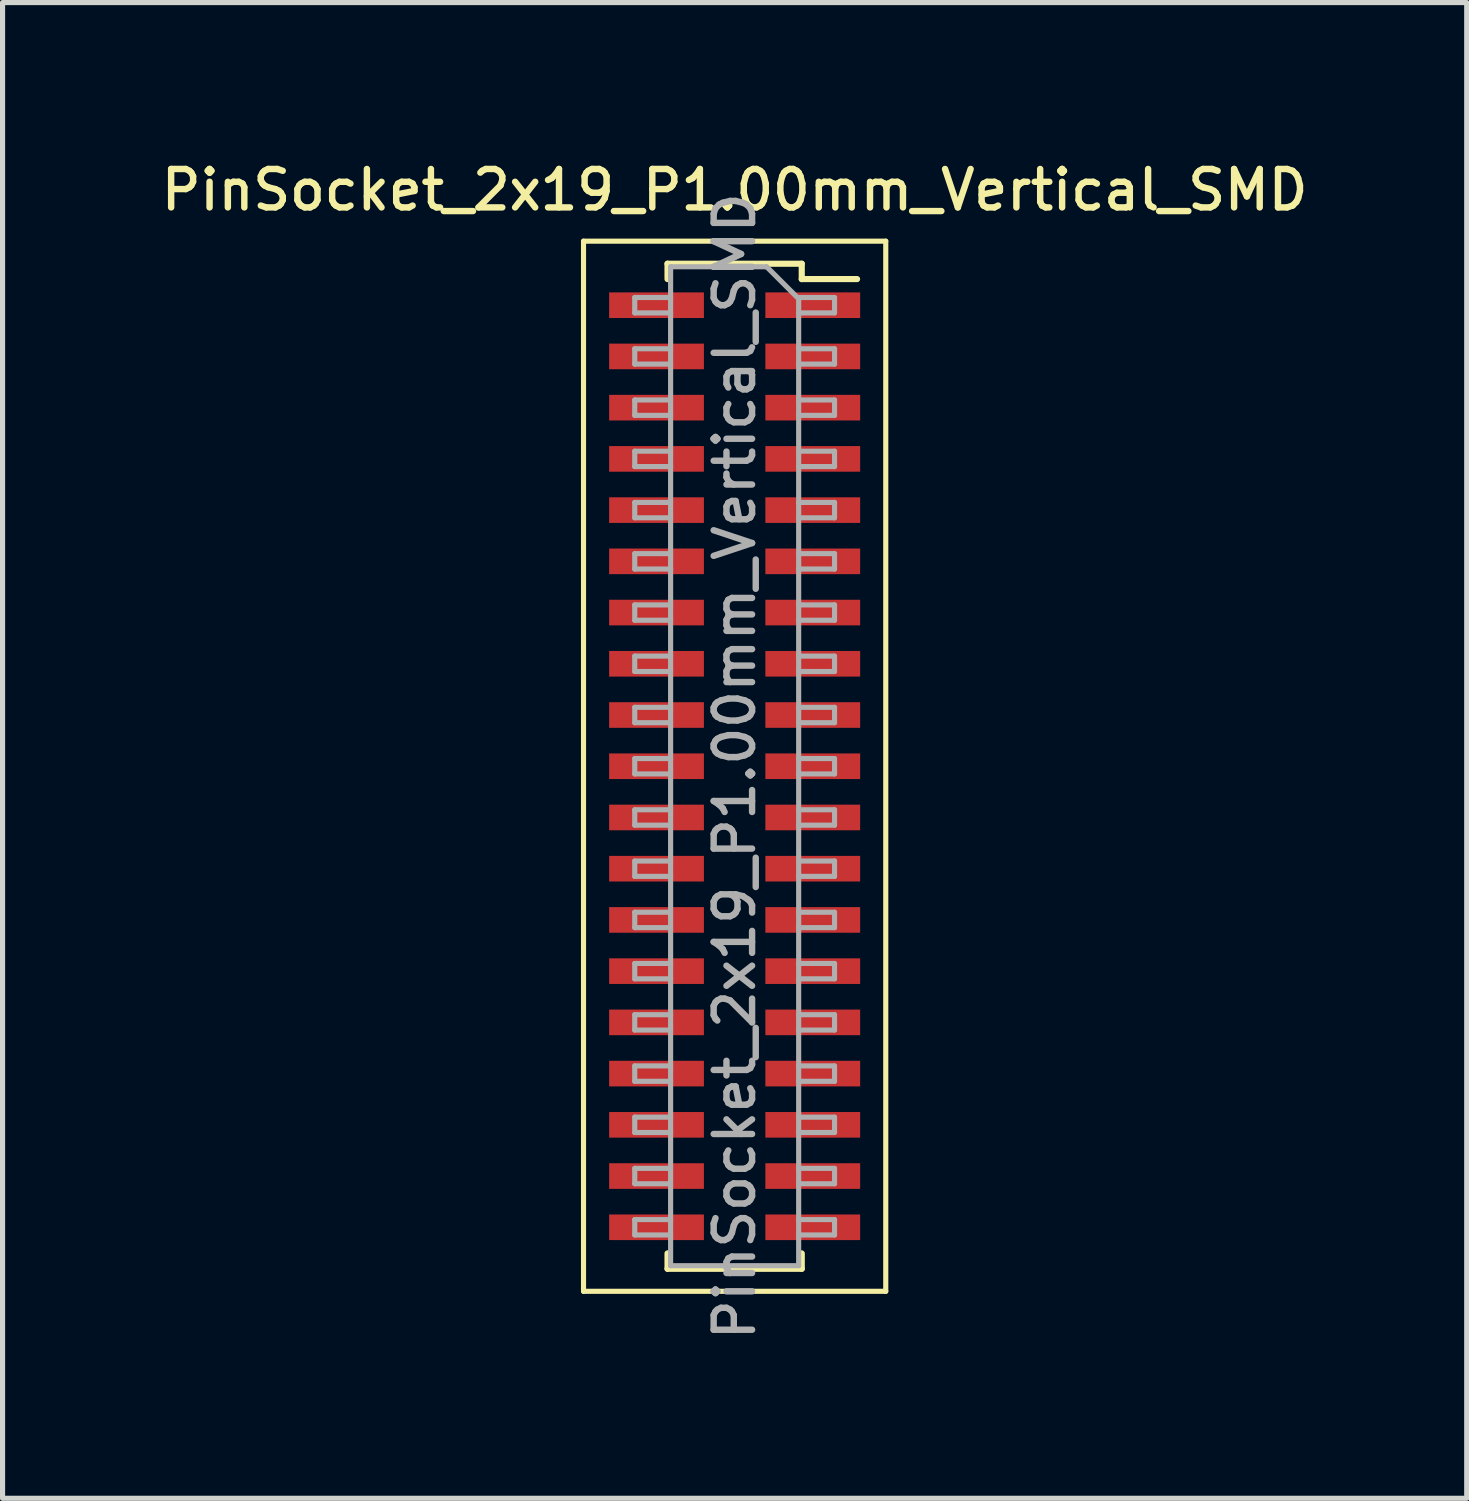
<source format=kicad_pcb>
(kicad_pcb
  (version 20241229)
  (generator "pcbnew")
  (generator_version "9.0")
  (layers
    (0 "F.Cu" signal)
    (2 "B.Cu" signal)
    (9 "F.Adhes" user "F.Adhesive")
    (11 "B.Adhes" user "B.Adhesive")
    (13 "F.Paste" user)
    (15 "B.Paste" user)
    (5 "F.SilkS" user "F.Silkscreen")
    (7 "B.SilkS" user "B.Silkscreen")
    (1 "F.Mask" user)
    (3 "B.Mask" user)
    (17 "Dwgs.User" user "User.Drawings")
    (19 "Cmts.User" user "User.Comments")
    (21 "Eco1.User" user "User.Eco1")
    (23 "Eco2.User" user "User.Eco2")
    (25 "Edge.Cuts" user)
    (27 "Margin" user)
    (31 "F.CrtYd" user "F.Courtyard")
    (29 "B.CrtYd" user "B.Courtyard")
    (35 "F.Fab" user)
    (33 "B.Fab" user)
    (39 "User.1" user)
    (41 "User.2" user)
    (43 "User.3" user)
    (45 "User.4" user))
  (footprint "PinSocket_2x19_P1.00mm_Vertical_SMD"
    (layer "F.Cu")
    (at 11.291 11.908)
    (property "Reference" "PinSocket_2x19_P1.00mm_Vertical_SMD" (at 0 -11.25 0) (layer "F.SilkS") (effects (font (size 0.75 0.75) (thickness 0.125))))
    (attr smd)
    (fp_line (start -2.95 -10.25) (end 2.95 -10.25) (stroke (width 0.1) (type solid)) (layer "F.SilkS"))
    (fp_line (start -2.95 10.25) (end -2.95 -10.25) (stroke (width 0.1) (type solid)) (layer "F.SilkS"))
    (fp_line (start -1.31 -9.81) (end -1.31 -9.51) (stroke (width 0.12) (type solid)) (layer "F.SilkS"))
    (fp_line (start -1.31 -9.81) (end 1.31 -9.81) (stroke (width 0.12) (type solid)) (layer "F.SilkS"))
    (fp_line (start -1.31 9.51) (end -1.31 9.81) (stroke (width 0.12) (type solid)) (layer "F.SilkS"))
    (fp_line (start -1.31 9.81) (end 1.31 9.81) (stroke (width 0.12) (type solid)) (layer "F.SilkS"))
    (fp_line (start 1.31 -9.81) (end 1.31 -9.51) (stroke (width 0.12) (type solid)) (layer "F.SilkS"))
    (fp_line (start 1.31 -9.51) (end 2.39 -9.51) (stroke (width 0.12) (type solid)) (layer "F.SilkS"))
    (fp_line (start 1.31 9.51) (end 1.31 9.81) (stroke (width 0.12) (type solid)) (layer "F.SilkS"))
    (fp_line (start 2.95 -10.25) (end 2.95 10.25) (stroke (width 0.1) (type solid)) (layer "F.SilkS"))
    (fp_line (start 2.95 10.25) (end -2.95 10.25) (stroke (width 0.1) (type solid)) (layer "F.SilkS"))
    (fp_line (start -1.95 -9.15) (end -1.25 -9.15) (stroke (width 0.1) (type solid)) (layer "F.Fab"))
    (fp_line (start -1.95 -8.85) (end -1.95 -9.15) (stroke (width 0.1) (type solid)) (layer "F.Fab"))
    (fp_line (start -1.95 -8.15) (end -1.25 -8.15) (stroke (width 0.1) (type solid)) (layer "F.Fab"))
    (fp_line (start -1.95 -7.85) (end -1.95 -8.15) (stroke (width 0.1) (type solid)) (layer "F.Fab"))
    (fp_line (start -1.95 -7.15) (end -1.25 -7.15) (stroke (width 0.1) (type solid)) (layer "F.Fab"))
    (fp_line (start -1.95 -6.85) (end -1.95 -7.15) (stroke (width 0.1) (type solid)) (layer "F.Fab"))
    (fp_line (start -1.95 -6.15) (end -1.25 -6.15) (stroke (width 0.1) (type solid)) (layer "F.Fab"))
    (fp_line (start -1.95 -5.85) (end -1.95 -6.15) (stroke (width 0.1) (type solid)) (layer "F.Fab"))
    (fp_line (start -1.95 -5.15) (end -1.25 -5.15) (stroke (width 0.1) (type solid)) (layer "F.Fab"))
    (fp_line (start -1.95 -4.85) (end -1.95 -5.15) (stroke (width 0.1) (type solid)) (layer "F.Fab"))
    (fp_line (start -1.95 -4.15) (end -1.25 -4.15) (stroke (width 0.1) (type solid)) (layer "F.Fab"))
    (fp_line (start -1.95 -3.85) (end -1.95 -4.15) (stroke (width 0.1) (type solid)) (layer "F.Fab"))
    (fp_line (start -1.95 -3.15) (end -1.25 -3.15) (stroke (width 0.1) (type solid)) (layer "F.Fab"))
    (fp_line (start -1.95 -2.85) (end -1.95 -3.15) (stroke (width 0.1) (type solid)) (layer "F.Fab"))
    (fp_line (start -1.95 -2.15) (end -1.25 -2.15) (stroke (width 0.1) (type solid)) (layer "F.Fab"))
    (fp_line (start -1.95 -1.85) (end -1.95 -2.15) (stroke (width 0.1) (type solid)) (layer "F.Fab"))
    (fp_line (start -1.95 -1.15) (end -1.25 -1.15) (stroke (width 0.1) (type solid)) (layer "F.Fab"))
    (fp_line (start -1.95 -0.85) (end -1.95 -1.15) (stroke (width 0.1) (type solid)) (layer "F.Fab"))
    (fp_line (start -1.95 -0.15) (end -1.25 -0.15) (stroke (width 0.1) (type solid)) (layer "F.Fab"))
    (fp_line (start -1.95 0.15) (end -1.95 -0.15) (stroke (width 0.1) (type solid)) (layer "F.Fab"))
    (fp_line (start -1.95 0.85) (end -1.25 0.85) (stroke (width 0.1) (type solid)) (layer "F.Fab"))
    (fp_line (start -1.95 1.15) (end -1.95 0.85) (stroke (width 0.1) (type solid)) (layer "F.Fab"))
    (fp_line (start -1.95 1.85) (end -1.25 1.85) (stroke (width 0.1) (type solid)) (layer "F.Fab"))
    (fp_line (start -1.95 2.15) (end -1.95 1.85) (stroke (width 0.1) (type solid)) (layer "F.Fab"))
    (fp_line (start -1.95 2.85) (end -1.25 2.85) (stroke (width 0.1) (type solid)) (layer "F.Fab"))
    (fp_line (start -1.95 3.15) (end -1.95 2.85) (stroke (width 0.1) (type solid)) (layer "F.Fab"))
    (fp_line (start -1.95 3.85) (end -1.25 3.85) (stroke (width 0.1) (type solid)) (layer "F.Fab"))
    (fp_line (start -1.95 4.15) (end -1.95 3.85) (stroke (width 0.1) (type solid)) (layer "F.Fab"))
    (fp_line (start -1.95 4.85) (end -1.25 4.85) (stroke (width 0.1) (type solid)) (layer "F.Fab"))
    (fp_line (start -1.95 5.15) (end -1.95 4.85) (stroke (width 0.1) (type solid)) (layer "F.Fab"))
    (fp_line (start -1.95 5.85) (end -1.25 5.85) (stroke (width 0.1) (type solid)) (layer "F.Fab"))
    (fp_line (start -1.95 6.15) (end -1.95 5.85) (stroke (width 0.1) (type solid)) (layer "F.Fab"))
    (fp_line (start -1.95 6.85) (end -1.25 6.85) (stroke (width 0.1) (type solid)) (layer "F.Fab"))
    (fp_line (start -1.95 7.15) (end -1.95 6.85) (stroke (width 0.1) (type solid)) (layer "F.Fab"))
    (fp_line (start -1.95 7.85) (end -1.25 7.85) (stroke (width 0.1) (type solid)) (layer "F.Fab"))
    (fp_line (start -1.95 8.15) (end -1.95 7.85) (stroke (width 0.1) (type solid)) (layer "F.Fab"))
    (fp_line (start -1.95 8.85) (end -1.25 8.85) (stroke (width 0.1) (type solid)) (layer "F.Fab"))
    (fp_line (start -1.95 9.15) (end -1.95 8.85) (stroke (width 0.1) (type solid)) (layer "F.Fab"))
    (fp_line (start -1.25 -9.75) (end 0.625 -9.75) (stroke (width 0.1) (type solid)) (layer "F.Fab"))
    (fp_line (start -1.25 -8.85) (end -1.95 -8.85) (stroke (width 0.1) (type solid)) (layer "F.Fab"))
    (fp_line (start -1.25 -7.85) (end -1.95 -7.85) (stroke (width 0.1) (type solid)) (layer "F.Fab"))
    (fp_line (start -1.25 -6.85) (end -1.95 -6.85) (stroke (width 0.1) (type solid)) (layer "F.Fab"))
    (fp_line (start -1.25 -5.85) (end -1.95 -5.85) (stroke (width 0.1) (type solid)) (layer "F.Fab"))
    (fp_line (start -1.25 -4.85) (end -1.95 -4.85) (stroke (width 0.1) (type solid)) (layer "F.Fab"))
    (fp_line (start -1.25 -3.85) (end -1.95 -3.85) (stroke (width 0.1) (type solid)) (layer "F.Fab"))
    (fp_line (start -1.25 -2.85) (end -1.95 -2.85) (stroke (width 0.1) (type solid)) (layer "F.Fab"))
    (fp_line (start -1.25 -1.85) (end -1.95 -1.85) (stroke (width 0.1) (type solid)) (layer "F.Fab"))
    (fp_line (start -1.25 -0.85) (end -1.95 -0.85) (stroke (width 0.1) (type solid)) (layer "F.Fab"))
    (fp_line (start -1.25 0.15) (end -1.95 0.15) (stroke (width 0.1) (type solid)) (layer "F.Fab"))
    (fp_line (start -1.25 1.15) (end -1.95 1.15) (stroke (width 0.1) (type solid)) (layer "F.Fab"))
    (fp_line (start -1.25 2.15) (end -1.95 2.15) (stroke (width 0.1) (type solid)) (layer "F.Fab"))
    (fp_line (start -1.25 3.15) (end -1.95 3.15) (stroke (width 0.1) (type solid)) (layer "F.Fab"))
    (fp_line (start -1.25 4.15) (end -1.95 4.15) (stroke (width 0.1) (type solid)) (layer "F.Fab"))
    (fp_line (start -1.25 5.15) (end -1.95 5.15) (stroke (width 0.1) (type solid)) (layer "F.Fab"))
    (fp_line (start -1.25 6.15) (end -1.95 6.15) (stroke (width 0.1) (type solid)) (layer "F.Fab"))
    (fp_line (start -1.25 7.15) (end -1.95 7.15) (stroke (width 0.1) (type solid)) (layer "F.Fab"))
    (fp_line (start -1.25 8.15) (end -1.95 8.15) (stroke (width 0.1) (type solid)) (layer "F.Fab"))
    (fp_line (start -1.25 9.15) (end -1.95 9.15) (stroke (width 0.1) (type solid)) (layer "F.Fab"))
    (fp_line (start -1.25 9.75) (end -1.25 -9.75) (stroke (width 0.1) (type solid)) (layer "F.Fab"))
    (fp_line (start 0.625 -9.75) (end 1.25 -9.125) (stroke (width 0.1) (type solid)) (layer "F.Fab"))
    (fp_line (start 1.25 -9.15) (end 1.95 -9.15) (stroke (width 0.1) (type solid)) (layer "F.Fab"))
    (fp_line (start 1.25 -9.125) (end 1.25 9.75) (stroke (width 0.1) (type solid)) (layer "F.Fab"))
    (fp_line (start 1.25 -8.15) (end 1.95 -8.15) (stroke (width 0.1) (type solid)) (layer "F.Fab"))
    (fp_line (start 1.25 -7.15) (end 1.95 -7.15) (stroke (width 0.1) (type solid)) (layer "F.Fab"))
    (fp_line (start 1.25 -6.15) (end 1.95 -6.15) (stroke (width 0.1) (type solid)) (layer "F.Fab"))
    (fp_line (start 1.25 -5.15) (end 1.95 -5.15) (stroke (width 0.1) (type solid)) (layer "F.Fab"))
    (fp_line (start 1.25 -4.15) (end 1.95 -4.15) (stroke (width 0.1) (type solid)) (layer "F.Fab"))
    (fp_line (start 1.25 -3.15) (end 1.95 -3.15) (stroke (width 0.1) (type solid)) (layer "F.Fab"))
    (fp_line (start 1.25 -2.15) (end 1.95 -2.15) (stroke (width 0.1) (type solid)) (layer "F.Fab"))
    (fp_line (start 1.25 -1.15) (end 1.95 -1.15) (stroke (width 0.1) (type solid)) (layer "F.Fab"))
    (fp_line (start 1.25 -0.15) (end 1.95 -0.15) (stroke (width 0.1) (type solid)) (layer "F.Fab"))
    (fp_line (start 1.25 0.85) (end 1.95 0.85) (stroke (width 0.1) (type solid)) (layer "F.Fab"))
    (fp_line (start 1.25 1.85) (end 1.95 1.85) (stroke (width 0.1) (type solid)) (layer "F.Fab"))
    (fp_line (start 1.25 2.85) (end 1.95 2.85) (stroke (width 0.1) (type solid)) (layer "F.Fab"))
    (fp_line (start 1.25 3.85) (end 1.95 3.85) (stroke (width 0.1) (type solid)) (layer "F.Fab"))
    (fp_line (start 1.25 4.85) (end 1.95 4.85) (stroke (width 0.1) (type solid)) (layer "F.Fab"))
    (fp_line (start 1.25 5.85) (end 1.95 5.85) (stroke (width 0.1) (type solid)) (layer "F.Fab"))
    (fp_line (start 1.25 6.85) (end 1.95 6.85) (stroke (width 0.1) (type solid)) (layer "F.Fab"))
    (fp_line (start 1.25 7.85) (end 1.95 7.85) (stroke (width 0.1) (type solid)) (layer "F.Fab"))
    (fp_line (start 1.25 8.85) (end 1.95 8.85) (stroke (width 0.1) (type solid)) (layer "F.Fab"))
    (fp_line (start 1.25 9.75) (end -1.25 9.75) (stroke (width 0.1) (type solid)) (layer "F.Fab"))
    (fp_line (start 1.95 -9.15) (end 1.95 -8.85) (stroke (width 0.1) (type solid)) (layer "F.Fab"))
    (fp_line (start 1.95 -8.85) (end 1.25 -8.85) (stroke (width 0.1) (type solid)) (layer "F.Fab"))
    (fp_line (start 1.95 -8.15) (end 1.95 -7.85) (stroke (width 0.1) (type solid)) (layer "F.Fab"))
    (fp_line (start 1.95 -7.85) (end 1.25 -7.85) (stroke (width 0.1) (type solid)) (layer "F.Fab"))
    (fp_line (start 1.95 -7.15) (end 1.95 -6.85) (stroke (width 0.1) (type solid)) (layer "F.Fab"))
    (fp_line (start 1.95 -6.85) (end 1.25 -6.85) (stroke (width 0.1) (type solid)) (layer "F.Fab"))
    (fp_line (start 1.95 -6.15) (end 1.95 -5.85) (stroke (width 0.1) (type solid)) (layer "F.Fab"))
    (fp_line (start 1.95 -5.85) (end 1.25 -5.85) (stroke (width 0.1) (type solid)) (layer "F.Fab"))
    (fp_line (start 1.95 -5.15) (end 1.95 -4.85) (stroke (width 0.1) (type solid)) (layer "F.Fab"))
    (fp_line (start 1.95 -4.85) (end 1.25 -4.85) (stroke (width 0.1) (type solid)) (layer "F.Fab"))
    (fp_line (start 1.95 -4.15) (end 1.95 -3.85) (stroke (width 0.1) (type solid)) (layer "F.Fab"))
    (fp_line (start 1.95 -3.85) (end 1.25 -3.85) (stroke (width 0.1) (type solid)) (layer "F.Fab"))
    (fp_line (start 1.95 -3.15) (end 1.95 -2.85) (stroke (width 0.1) (type solid)) (layer "F.Fab"))
    (fp_line (start 1.95 -2.85) (end 1.25 -2.85) (stroke (width 0.1) (type solid)) (layer "F.Fab"))
    (fp_line (start 1.95 -2.15) (end 1.95 -1.85) (stroke (width 0.1) (type solid)) (layer "F.Fab"))
    (fp_line (start 1.95 -1.85) (end 1.25 -1.85) (stroke (width 0.1) (type solid)) (layer "F.Fab"))
    (fp_line (start 1.95 -1.15) (end 1.95 -0.85) (stroke (width 0.1) (type solid)) (layer "F.Fab"))
    (fp_line (start 1.95 -0.85) (end 1.25 -0.85) (stroke (width 0.1) (type solid)) (layer "F.Fab"))
    (fp_line (start 1.95 -0.15) (end 1.95 0.15) (stroke (width 0.1) (type solid)) (layer "F.Fab"))
    (fp_line (start 1.95 0.15) (end 1.25 0.15) (stroke (width 0.1) (type solid)) (layer "F.Fab"))
    (fp_line (start 1.95 0.85) (end 1.95 1.15) (stroke (width 0.1) (type solid)) (layer "F.Fab"))
    (fp_line (start 1.95 1.15) (end 1.25 1.15) (stroke (width 0.1) (type solid)) (layer "F.Fab"))
    (fp_line (start 1.95 1.85) (end 1.95 2.15) (stroke (width 0.1) (type solid)) (layer "F.Fab"))
    (fp_line (start 1.95 2.15) (end 1.25 2.15) (stroke (width 0.1) (type solid)) (layer "F.Fab"))
    (fp_line (start 1.95 2.85) (end 1.95 3.15) (stroke (width 0.1) (type solid)) (layer "F.Fab"))
    (fp_line (start 1.95 3.15) (end 1.25 3.15) (stroke (width 0.1) (type solid)) (layer "F.Fab"))
    (fp_line (start 1.95 3.85) (end 1.95 4.15) (stroke (width 0.1) (type solid)) (layer "F.Fab"))
    (fp_line (start 1.95 4.15) (end 1.25 4.15) (stroke (width 0.1) (type solid)) (layer "F.Fab"))
    (fp_line (start 1.95 4.85) (end 1.95 5.15) (stroke (width 0.1) (type solid)) (layer "F.Fab"))
    (fp_line (start 1.95 5.15) (end 1.25 5.15) (stroke (width 0.1) (type solid)) (layer "F.Fab"))
    (fp_line (start 1.95 5.85) (end 1.95 6.15) (stroke (width 0.1) (type solid)) (layer "F.Fab"))
    (fp_line (start 1.95 6.15) (end 1.25 6.15) (stroke (width 0.1) (type solid)) (layer "F.Fab"))
    (fp_line (start 1.95 6.85) (end 1.95 7.15) (stroke (width 0.1) (type solid)) (layer "F.Fab"))
    (fp_line (start 1.95 7.15) (end 1.25 7.15) (stroke (width 0.1) (type solid)) (layer "F.Fab"))
    (fp_line (start 1.95 7.85) (end 1.95 8.15) (stroke (width 0.1) (type solid)) (layer "F.Fab"))
    (fp_line (start 1.95 8.15) (end 1.25 8.15) (stroke (width 0.1) (type solid)) (layer "F.Fab"))
    (fp_line (start 1.95 8.85) (end 1.95 9.15) (stroke (width 0.1) (type solid)) (layer "F.Fab"))
    (fp_line (start 1.95 9.15) (end 1.25 9.15) (stroke (width 0.1) (type solid)) (layer "F.Fab"))
    (fp_text user "${REFERENCE}" (at 0 0 90) (layer "F.Fab") (effects (font (size 0.75 0.75) (thickness 0.125))))
    (pad "1" smd rect (at 1.525 -9) (size 1.85 0.5) (layers "F.Cu" "F.Mask" "F.Paste"))
    (pad "2" smd rect (at -1.525 -9) (size 1.85 0.5) (layers "F.Cu" "F.Mask" "F.Paste"))
    (pad "3" smd rect (at 1.525 -8) (size 1.85 0.5) (layers "F.Cu" "F.Mask" "F.Paste"))
    (pad "4" smd rect (at -1.525 -8) (size 1.85 0.5) (layers "F.Cu" "F.Mask" "F.Paste"))
    (pad "5" smd rect (at 1.525 -7) (size 1.85 0.5) (layers "F.Cu" "F.Mask" "F.Paste"))
    (pad "6" smd rect (at -1.525 -7) (size 1.85 0.5) (layers "F.Cu" "F.Mask" "F.Paste"))
    (pad "7" smd rect (at 1.525 -6) (size 1.85 0.5) (layers "F.Cu" "F.Mask" "F.Paste"))
    (pad "8" smd rect (at -1.525 -6) (size 1.85 0.5) (layers "F.Cu" "F.Mask" "F.Paste"))
    (pad "9" smd rect (at 1.525 -5) (size 1.85 0.5) (layers "F.Cu" "F.Mask" "F.Paste"))
    (pad "10" smd rect (at -1.525 -5) (size 1.85 0.5) (layers "F.Cu" "F.Mask" "F.Paste"))
    (pad "11" smd rect (at 1.525 -4) (size 1.85 0.5) (layers "F.Cu" "F.Mask" "F.Paste"))
    (pad "12" smd rect (at -1.525 -4) (size 1.85 0.5) (layers "F.Cu" "F.Mask" "F.Paste"))
    (pad "13" smd rect (at 1.525 -3) (size 1.85 0.5) (layers "F.Cu" "F.Mask" "F.Paste"))
    (pad "14" smd rect (at -1.525 -3) (size 1.85 0.5) (layers "F.Cu" "F.Mask" "F.Paste"))
    (pad "15" smd rect (at 1.525 -2) (size 1.85 0.5) (layers "F.Cu" "F.Mask" "F.Paste"))
    (pad "16" smd rect (at -1.525 -2) (size 1.85 0.5) (layers "F.Cu" "F.Mask" "F.Paste"))
    (pad "17" smd rect (at 1.525 -1) (size 1.85 0.5) (layers "F.Cu" "F.Mask" "F.Paste"))
    (pad "18" smd rect (at -1.525 -1) (size 1.85 0.5) (layers "F.Cu" "F.Mask" "F.Paste"))
    (pad "19" smd rect (at 1.525 0) (size 1.85 0.5) (layers "F.Cu" "F.Mask" "F.Paste"))
    (pad "20" smd rect (at -1.525 0) (size 1.85 0.5) (layers "F.Cu" "F.Mask" "F.Paste"))
    (pad "21" smd rect (at 1.525 1) (size 1.85 0.5) (layers "F.Cu" "F.Mask" "F.Paste"))
    (pad "22" smd rect (at -1.525 1) (size 1.85 0.5) (layers "F.Cu" "F.Mask" "F.Paste"))
    (pad "23" smd rect (at 1.525 2) (size 1.85 0.5) (layers "F.Cu" "F.Mask" "F.Paste"))
    (pad "24" smd rect (at -1.525 2) (size 1.85 0.5) (layers "F.Cu" "F.Mask" "F.Paste"))
    (pad "25" smd rect (at 1.525 3) (size 1.85 0.5) (layers "F.Cu" "F.Mask" "F.Paste"))
    (pad "26" smd rect (at -1.525 3) (size 1.85 0.5) (layers "F.Cu" "F.Mask" "F.Paste"))
    (pad "27" smd rect (at 1.525 4) (size 1.85 0.5) (layers "F.Cu" "F.Mask" "F.Paste"))
    (pad "28" smd rect (at -1.525 4) (size 1.85 0.5) (layers "F.Cu" "F.Mask" "F.Paste"))
    (pad "29" smd rect (at 1.525 5) (size 1.85 0.5) (layers "F.Cu" "F.Mask" "F.Paste"))
    (pad "30" smd rect (at -1.525 5) (size 1.85 0.5) (layers "F.Cu" "F.Mask" "F.Paste"))
    (pad "31" smd rect (at 1.525 6) (size 1.85 0.5) (layers "F.Cu" "F.Mask" "F.Paste"))
    (pad "32" smd rect (at -1.525 6) (size 1.85 0.5) (layers "F.Cu" "F.Mask" "F.Paste"))
    (pad "33" smd rect (at 1.525 7) (size 1.85 0.5) (layers "F.Cu" "F.Mask" "F.Paste"))
    (pad "34" smd rect (at -1.525 7) (size 1.85 0.5) (layers "F.Cu" "F.Mask" "F.Paste"))
    (pad "35" smd rect (at 1.525 8) (size 1.85 0.5) (layers "F.Cu" "F.Mask" "F.Paste"))
    (pad "36" smd rect (at -1.525 8) (size 1.85 0.5) (layers "F.Cu" "F.Mask" "F.Paste"))
    (pad "37" smd rect (at 1.525 9) (size 1.85 0.5) (layers "F.Cu" "F.Mask" "F.Paste"))
    (pad "38" smd rect (at -1.525 9) (size 1.85 0.5) (layers "F.Cu" "F.Mask" "F.Paste")))
  (gr_rect
    (start -3 -3)
    (end 25.582 26.199)
    (stroke (width 0.1) (type default))
    (fill no)
    (layer "Edge.Cuts")))
</source>
